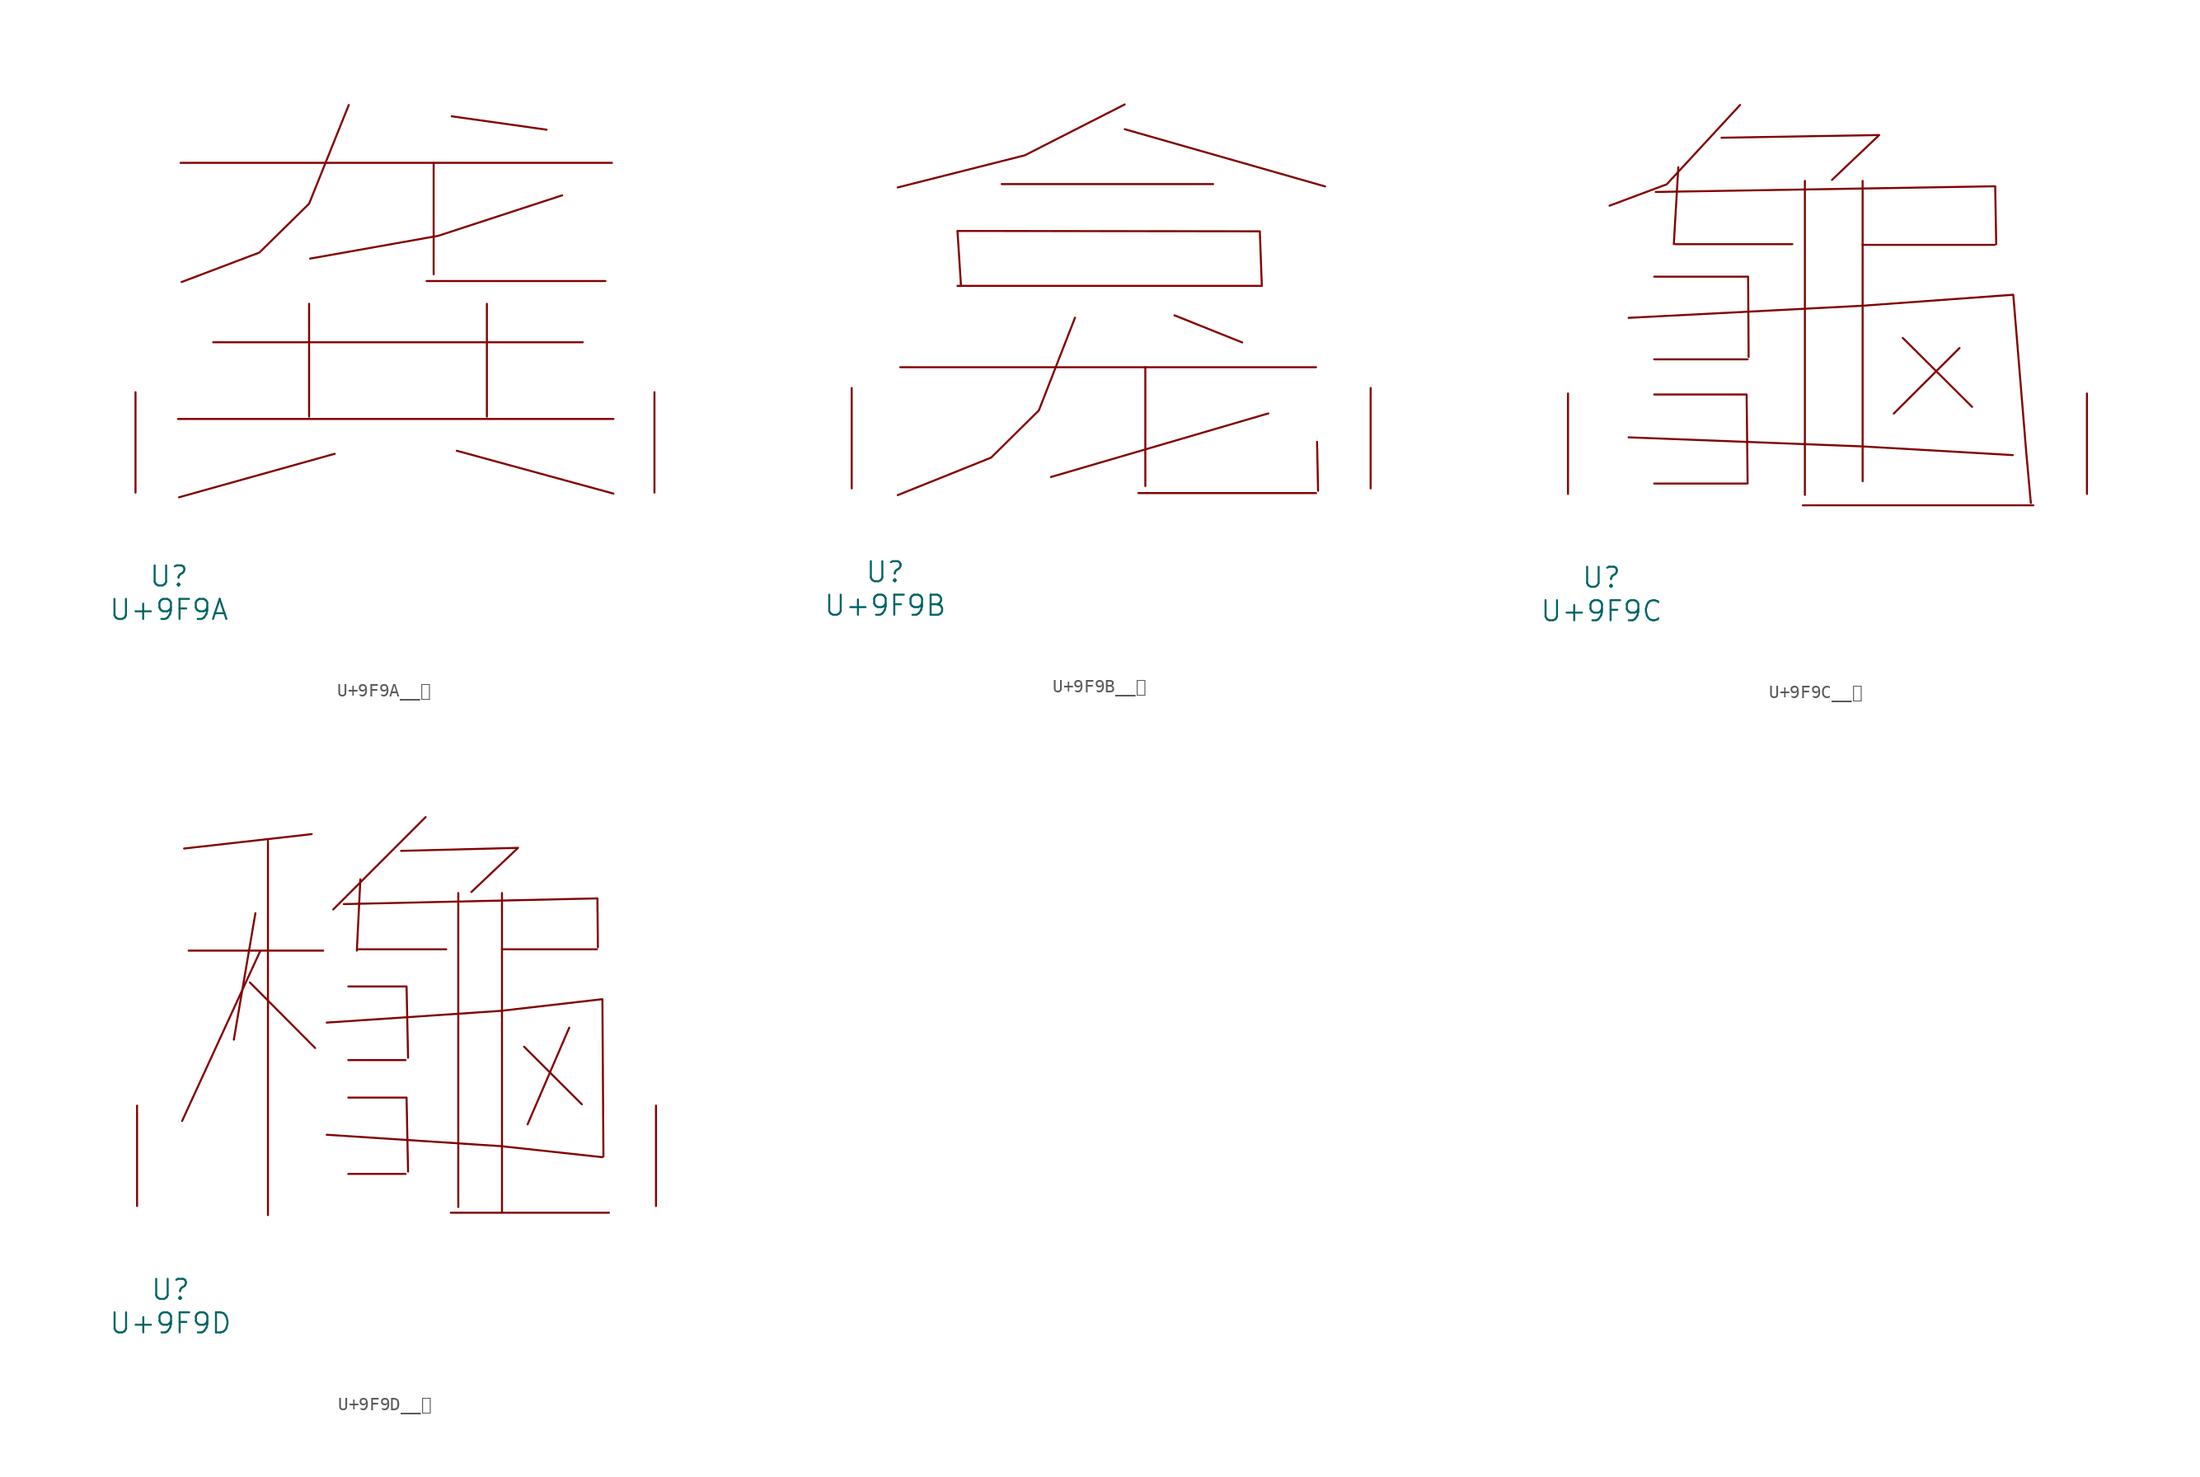
<source format=kicad_sym>
(kicad_symbol_lib
  (version 20231120)
  (generator "kicad_symbol_editor")
  (generator_version "8.0")
  (symbol "U+9F9A__龚"
    (pin_names
      (offset 1.016))
    (property "Reference" "U"
      (at 0 -6.35 0)
      (effects (font (size 1.524 1.524))))
    (property "Value" "U+9F9A"
      (at 0 -8.89 0)
      (effects (font (size 1.524 1.524))))
    (symbol "U+9F9A__龚_0_1"
      (polyline (pts (xy 0.686 5.588) (xy 33.718 5.588)) (stroke (width 0) (type solid)) (fill (type none)))
      (polyline (pts (xy 0.876 25.019) (xy 33.604 25.019)) (stroke (width 0) (type solid)) (fill (type none)))
      (polyline (pts (xy 3.353 11.405) (xy 31.394 11.405)) (stroke (width 0) (type solid)) (fill (type none)))
      (polyline (pts (xy 10.63 14.326) (xy 10.63 5.766)) (stroke (width 0) (type solid)) (fill (type none)))
      (polyline (pts (xy 12.573 2.946) (xy 0.762 -0.356)) (stroke (width 0) (type solid)) (fill (type none)))
      (polyline (pts (xy 19.545 16.053) (xy 33.109 16.053)) (stroke (width 0) (type solid)) (fill (type none)))
      (polyline (pts (xy 20.079 25.019) (xy 20.079 16.561)) (stroke (width 0) (type solid)) (fill (type none)))
      (polyline (pts (xy 21.45 28.55) (xy 28.651 27.534)) (stroke (width 0) (type solid)) (fill (type none)))
      (polyline (pts (xy 21.831 3.175) (xy 33.718 -0.076)) (stroke (width 0) (type solid)) (fill (type none)))
      (polyline (pts (xy 24.117 14.326) (xy 24.117 5.766)) (stroke (width 0) (type solid)) (fill (type none)))
      (polyline (pts (xy 29.832 22.555) (xy 20.422 19.482) (xy 10.706 17.755)) (stroke (width 0) (type solid)) (fill (type none)))
      (polyline (pts (xy 13.64 29.413) (xy 10.63 21.92) (xy 6.858 18.212) (xy 0.953 15.977)) (stroke (width 0) (type solid)) (fill (type none)))
      (pin input line (at -2.54 0 90) (length 7.62) (name "~" (effects (font (size 1.27 1.27)))) (number "~" (effects (font (size 1.27 1.27)))))
      (pin input line (at 36.83 0 90) (length 7.62) (name "~" (effects (font (size 1.27 1.27)))) (number "~" (effects (font (size 1.27 1.27)))))))
  (symbol "U+9F9B__龛"
    (pin_names
      (offset 1.016))
    (property "Reference" "U"
      (at 0 -6.35 0)
      (effects (font (size 1.524 1.524))))
    (property "Value" "U+9F9B"
      (at 0 -8.89 0)
      (effects (font (size 1.524 1.524))))
    (symbol "U+9F9B__龛_0_1"
      (polyline (pts (xy 1.143 9.195) (xy 32.69 9.195)) (stroke (width 0) (type solid)) (fill (type none)))
      (polyline (pts (xy 5.486 15.367) (xy 28.575 15.367)) (stroke (width 0) (type solid)) (fill (type none)))
      (polyline (pts (xy 5.486 19.482) (xy 5.753 15.367)) (stroke (width 0) (type solid)) (fill (type none)))
      (polyline (pts (xy 8.839 23.089) (xy 24.879 23.089)) (stroke (width 0) (type solid)) (fill (type none)))
      (polyline (pts (xy 18.174 27.254) (xy 33.376 22.911)) (stroke (width 0) (type solid)) (fill (type none)))
      (polyline (pts (xy 19.202 -0.356) (xy 32.69 -0.356)) (stroke (width 0) (type solid)) (fill (type none)))
      (polyline (pts (xy 19.736 9.195) (xy 19.736 0.178)) (stroke (width 0) (type solid)) (fill (type none)))
      (polyline (pts (xy 21.946 13.132) (xy 27.089 11.074)) (stroke (width 0) (type solid)) (fill (type none)))
      (polyline (pts (xy 29.07 5.69) (xy 12.573 0.864)) (stroke (width 0) (type solid)) (fill (type none)))
      (polyline (pts (xy 32.766 3.531) (xy 32.842 -0.178)) (stroke (width 0) (type solid)) (fill (type none)))
      (polyline (pts (xy 5.486 19.533) (xy 28.423 19.507) (xy 28.575 15.367)) (stroke (width 0) (type solid)) (fill (type none)))
      (polyline (pts (xy 18.174 29.134) (xy 10.592 25.273) (xy 0.953 22.835)) (stroke (width 0) (type solid)) (fill (type none)))
      (polyline (pts (xy 14.402 12.954) (xy 11.659 5.918) (xy 8.039 2.337) (xy 0.953 -0.508)) (stroke (width 0) (type solid)) (fill (type none)))
      (pin input line (at -2.54 0 90) (length 7.62) (name "~" (effects (font (size 1.27 1.27)))) (number "~" (effects (font (size 1.27 1.27)))))
      (pin input line (at 36.83 0 90) (length 7.62) (name "~" (effects (font (size 1.27 1.27)))) (number "~" (effects (font (size 1.27 1.27)))))))
  (symbol "U+9F9C__龜"
    (pin_names
      (offset 1.016))
    (property "Reference" "U"
      (at 0 -6.35 0)
      (effects (font (size 1.524 1.524))))
    (property "Value" "U+9F9C"
      (at 0 -8.89 0)
      (effects (font (size 1.524 1.524))))
    (symbol "U+9F9C__龜_0_1"
      (polyline (pts (xy 4 0.787) (xy 10.973 0.787)) (stroke (width 0) (type solid)) (fill (type none)))
      (polyline (pts (xy 4 10.211) (xy 11.087 10.211)) (stroke (width 0) (type solid)) (fill (type none)))
      (polyline (pts (xy 5.601 18.948) (xy 14.478 18.948)) (stroke (width 0) (type solid)) (fill (type none)))
      (polyline (pts (xy 5.829 24.79) (xy 5.486 18.948)) (stroke (width 0) (type solid)) (fill (type none)))
      (polyline (pts (xy 15.278 -0.864) (xy 32.766 -0.864)) (stroke (width 0) (type solid)) (fill (type none)))
      (polyline (pts (xy 15.431 23.749) (xy 15.431 -0.076)) (stroke (width 0) (type solid)) (fill (type none)))
      (polyline (pts (xy 19.812 18.898) (xy 29.832 18.898)) (stroke (width 0) (type solid)) (fill (type none)))
      (polyline (pts (xy 19.812 23.749) (xy 19.812 0.965)) (stroke (width 0) (type solid)) (fill (type none)))
      (polyline (pts (xy 22.86 11.836) (xy 28.118 6.604)) (stroke (width 0) (type solid)) (fill (type none)))
      (polyline (pts (xy 27.165 11.074) (xy 22.174 6.096)) (stroke (width 0) (type solid)) (fill (type none)))
      (polyline (pts (xy 2.057 4.293) (xy 19.736 3.607) (xy 31.204 2.946)) (stroke (width 0) (type solid)) (fill (type none)))
      (polyline (pts (xy 4 7.544) (xy 11.011 7.544) (xy 11.087 0.787)) (stroke (width 0) (type solid)) (fill (type none)))
      (polyline (pts (xy 4 16.485) (xy 11.125 16.485) (xy 11.163 10.389)) (stroke (width 0) (type solid)) (fill (type none)))
      (polyline (pts (xy 4.115 22.911) (xy 29.87 23.343) (xy 29.947 18.948)) (stroke (width 0) (type solid)) (fill (type none)))
      (polyline (pts (xy 9.106 27.026) (xy 21.069 27.229) (xy 17.488 23.825)) (stroke (width 0) (type solid)) (fill (type none)))
      (polyline (pts (xy 10.516 29.515) (xy 4.953 23.495) (xy 0.61 21.869)) (stroke (width 0) (type solid)) (fill (type none)))
      (polyline (pts (xy 2.057 13.36) (xy 19.736 14.275) (xy 31.242 15.113) (xy 32.233 3.073) (xy 32.575 -0.686)) (stroke (width 0) (type solid)) (fill (type none)))
      (pin input line (at -2.54 0 90) (length 7.62) (name "~" (effects (font (size 1.27 1.27)))) (number "~" (effects (font (size 1.27 1.27)))))
      (pin input line (at 36.83 0 90) (length 7.62) (name "~" (effects (font (size 1.27 1.27)))) (number "~" (effects (font (size 1.27 1.27)))))))
  (symbol "U+9F9D__龝"
    (pin_names
      (offset 1.016))
    (property "Reference" "U"
      (at 0 -6.35 0)
      (effects (font (size 1.524 1.524))))
    (property "Value" "U+9F9D"
      (at 0 -8.89 0)
      (effects (font (size 1.524 1.524))))
    (symbol "U+9F9D__龝_0_1"
      (polyline (pts (xy 1.372 19.38) (xy 11.582 19.38)) (stroke (width 0) (type solid)) (fill (type none)))
      (polyline (pts (xy 6.02 16.967) (xy 10.973 11.989)) (stroke (width 0) (type solid)) (fill (type none)))
      (polyline (pts (xy 6.439 22.225) (xy 4.801 12.624)) (stroke (width 0) (type solid)) (fill (type none)))
      (polyline (pts (xy 6.782 19.304) (xy 0.876 6.452)) (stroke (width 0) (type solid)) (fill (type none)))
      (polyline (pts (xy 7.391 27.711) (xy 7.391 -0.686)) (stroke (width 0) (type solid)) (fill (type none)))
      (polyline (pts (xy 10.706 28.219) (xy 1.029 27.127)) (stroke (width 0) (type solid)) (fill (type none)))
      (polyline (pts (xy 13.487 2.438) (xy 17.831 2.438)) (stroke (width 0) (type solid)) (fill (type none)))
      (polyline (pts (xy 13.487 11.074) (xy 17.831 11.074)) (stroke (width 0) (type solid)) (fill (type none)))
      (polyline (pts (xy 14.249 19.482) (xy 20.917 19.482)) (stroke (width 0) (type solid)) (fill (type none)))
      (polyline (pts (xy 14.402 24.79) (xy 14.135 19.38)) (stroke (width 0) (type solid)) (fill (type none)))
      (polyline (pts (xy 19.355 29.515) (xy 12.344 22.504)) (stroke (width 0) (type solid)) (fill (type none)))
      (polyline (pts (xy 21.26 -0.508) (xy 33.261 -0.508)) (stroke (width 0) (type solid)) (fill (type none)))
      (polyline (pts (xy 21.831 23.749) (xy 21.831 -0.076)) (stroke (width 0) (type solid)) (fill (type none)))
      (polyline (pts (xy 25.146 19.482) (xy 32.347 19.482)) (stroke (width 0) (type solid)) (fill (type none)))
      (polyline (pts (xy 25.146 23.749) (xy 25.146 -0.406)) (stroke (width 0) (type solid)) (fill (type none)))
      (polyline (pts (xy 26.822 12.09) (xy 31.204 7.722)) (stroke (width 0) (type solid)) (fill (type none)))
      (polyline (pts (xy 30.251 13.538) (xy 27.089 6.198)) (stroke (width 0) (type solid)) (fill (type none)))
      (polyline (pts (xy 11.849 5.41) (xy 25.032 4.547) (xy 32.766 3.708)) (stroke (width 0) (type solid)) (fill (type none)))
      (polyline (pts (xy 13.145 22.911) (xy 32.385 23.343) (xy 32.423 19.634)) (stroke (width 0) (type solid)) (fill (type none)))
      (polyline (pts (xy 13.487 8.23) (xy 17.907 8.23) (xy 18.021 2.616)) (stroke (width 0) (type solid)) (fill (type none)))
      (polyline (pts (xy 13.487 16.662) (xy 17.907 16.662) (xy 18.021 11.252)) (stroke (width 0) (type solid)) (fill (type none)))
      (polyline (pts (xy 17.488 26.949) (xy 26.365 27.178) (xy 22.822 23.825)) (stroke (width 0) (type solid)) (fill (type none)))
      (polyline (pts (xy 11.849 13.919) (xy 25.032 14.808) (xy 32.766 15.697) (xy 32.842 3.759)) (stroke (width 0) (type solid)) (fill (type none)))
      (pin input line (at -2.54 0 90) (length 7.62) (name "~" (effects (font (size 1.27 1.27)))) (number "~" (effects (font (size 1.27 1.27)))))
      (pin input line (at 36.83 0 90) (length 7.62) (name "~" (effects (font (size 1.27 1.27)))) (number "~" (effects (font (size 1.27 1.27))))))))
</source>
